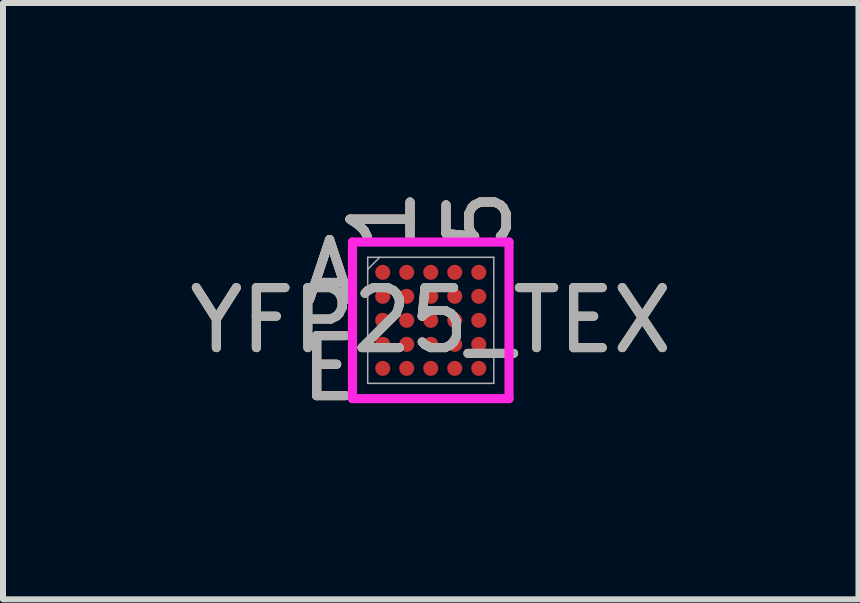
<source format=kicad_pcb>
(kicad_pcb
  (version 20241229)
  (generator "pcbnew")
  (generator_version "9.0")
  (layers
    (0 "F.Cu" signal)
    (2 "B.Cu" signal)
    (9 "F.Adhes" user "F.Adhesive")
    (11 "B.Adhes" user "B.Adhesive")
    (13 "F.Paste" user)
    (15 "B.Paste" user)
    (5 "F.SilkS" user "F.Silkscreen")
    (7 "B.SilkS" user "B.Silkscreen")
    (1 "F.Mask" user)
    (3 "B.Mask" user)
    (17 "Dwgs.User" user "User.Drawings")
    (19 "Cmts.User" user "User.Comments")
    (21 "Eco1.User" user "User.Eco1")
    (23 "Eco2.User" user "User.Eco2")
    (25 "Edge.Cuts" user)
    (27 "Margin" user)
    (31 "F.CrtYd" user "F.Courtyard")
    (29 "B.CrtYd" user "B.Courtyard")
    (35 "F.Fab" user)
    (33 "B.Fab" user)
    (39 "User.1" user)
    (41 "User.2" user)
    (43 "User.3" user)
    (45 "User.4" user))
  (footprint "YFP25_TEX"
    (layer "F.Cu")
    (at 4.125 2.286)
    (property "Reference" "YFP25_TEX" (at 0 0 0) (unlocked yes) (layer "F.SilkS") (effects (font (size 1 1) (thickness 0.15))))
    (attr smd)
    (fp_poly (pts (xy -1.444 -1.444) (xy 1.444 -1.444) (xy 1.444 1.444) (xy -1.444 1.444)) (stroke (width 0.1) (type solid)) (fill no) (layer "Eco2.User"))
    (fp_line (start -1.304 -1.304) (end 1.304 -1.304) (stroke (width 0.152) (type solid)) (layer "F.CrtYd"))
    (fp_line (start -1.304 1.304) (end -1.304 -1.304) (stroke (width 0.152) (type solid)) (layer "F.CrtYd"))
    (fp_line (start 1.304 -1.304) (end 1.304 1.304) (stroke (width 0.152) (type solid)) (layer "F.CrtYd"))
    (fp_line (start 1.304 1.304) (end -1.304 1.304) (stroke (width 0.152) (type solid)) (layer "F.CrtYd"))
    (fp_line (start -1.05 -1.05) (end -1.05 1.05) (stroke (width 0.025) (type solid)) (layer "F.Fab"))
    (fp_line (start -1.05 1.05) (end 1.05 1.05) (stroke (width 0.025) (type solid)) (layer "F.Fab"))
    (fp_line (start -0.85 -1.05) (end -1.05 -0.85) (stroke (width 0.025) (type solid)) (layer "F.Fab"))
    (fp_line (start 1.05 -1.05) (end -1.05 -1.05) (stroke (width 0.025) (type solid)) (layer "F.Fab"))
    (fp_line (start 1.05 1.05) (end 1.05 -1.05) (stroke (width 0.025) (type solid)) (layer "F.Fab"))
    (fp_text user "E" (at -1.685 0.8 0) (unlocked yes) (layer "F.SilkS") (effects (font (size 1 1) (thickness 0.15))))
    (fp_text user "5" (at 0.8 -1.685 90) (unlocked yes) (layer "F.SilkS") (effects (font (size 1 1) (thickness 0.15))))
    (fp_text user "1" (at -0.8 -1.685 90) (unlocked yes) (layer "F.SilkS") (effects (font (size 1 1) (thickness 0.15))))
    (fp_text user "A" (at -1.685 -0.8 0) (unlocked yes) (layer "F.SilkS") (effects (font (size 1 1) (thickness 0.15))))
    (fp_text user "5" (at 0.8 -1.685 90) (unlocked yes) (layer "B.SilkS") (effects (font (size 1 1) (thickness 0.15))))
    (fp_text user "1" (at -0.8 -1.685 90) (unlocked yes) (layer "B.SilkS") (effects (font (size 1 1) (thickness 0.15))))
    (fp_text user "A" (at -1.685 -0.8 0) (unlocked yes) (layer "B.SilkS") (effects (font (size 1 1) (thickness 0.15))))
    (fp_text user "E" (at -1.685 0.8 0) (unlocked yes) (layer "B.SilkS") (effects (font (size 1 1) (thickness 0.15))))
    (fp_text user "A" (at -1.685 -0.8 0) (unlocked yes) (layer "F.Fab") (effects (font (size 1 1) (thickness 0.15))))
    (fp_text user "E" (at -1.685 0.8 0) (unlocked yes) (layer "F.Fab") (effects (font (size 1 1) (thickness 0.15))))
    (fp_text user "5" (at 0.8 -1.685 90) (unlocked yes) (layer "F.Fab") (effects (font (size 1 1) (thickness 0.15))))
    (fp_text user "1" (at -0.8 -1.685 90) (unlocked yes) (layer "F.Fab") (effects (font (size 1 1) (thickness 0.15))))
    (fp_text user "${REFERENCE}" (at 0 0 0) (unlocked yes) (layer "F.Fab") (effects (font (size 1 1) (thickness 0.15))))
    (pad "A1" smd circle (at -0.8 -0.8) (size 0.25 0.25) (layers "F.Cu" "F.Mask" "F.Paste"))
    (pad "A2" smd circle (at -0.4 -0.8) (size 0.25 0.25) (layers "F.Cu" "F.Mask" "F.Paste"))
    (pad "A3" smd circle (at 0 -0.8) (size 0.25 0.25) (layers "F.Cu" "F.Mask" "F.Paste"))
    (pad "A4" smd circle (at 0.4 -0.8) (size 0.25 0.25) (layers "F.Cu" "F.Mask" "F.Paste"))
    (pad "A5" smd circle (at 0.8 -0.8) (size 0.25 0.25) (layers "F.Cu" "F.Mask" "F.Paste"))
    (pad "B1" smd circle (at -0.8 -0.4) (size 0.25 0.25) (layers "F.Cu" "F.Mask" "F.Paste"))
    (pad "B2" smd circle (at -0.4 -0.4) (size 0.25 0.25) (layers "F.Cu" "F.Mask" "F.Paste"))
    (pad "B3" smd circle (at 0 -0.4) (size 0.25 0.25) (layers "F.Cu" "F.Mask" "F.Paste"))
    (pad "B4" smd circle (at 0.4 -0.4) (size 0.25 0.25) (layers "F.Cu" "F.Mask" "F.Paste"))
    (pad "B5" smd circle (at 0.8 -0.4) (size 0.25 0.25) (layers "F.Cu" "F.Mask" "F.Paste"))
    (pad "C1" smd circle (at -0.8 0) (size 0.25 0.25) (layers "F.Cu" "F.Mask" "F.Paste"))
    (pad "C2" smd circle (at -0.4 0) (size 0.25 0.25) (layers "F.Cu" "F.Mask" "F.Paste"))
    (pad "C3" smd circle (at 0 0) (size 0.25 0.25) (layers "F.Cu" "F.Mask" "F.Paste"))
    (pad "C4" smd circle (at 0.4 0) (size 0.25 0.25) (layers "F.Cu" "F.Mask" "F.Paste"))
    (pad "C5" smd circle (at 0.8 0) (size 0.25 0.25) (layers "F.Cu" "F.Mask" "F.Paste"))
    (pad "D1" smd circle (at -0.8 0.4) (size 0.25 0.25) (layers "F.Cu" "F.Mask" "F.Paste"))
    (pad "D2" smd circle (at -0.4 0.4) (size 0.25 0.25) (layers "F.Cu" "F.Mask" "F.Paste"))
    (pad "D3" smd circle (at 0 0.4) (size 0.25 0.25) (layers "F.Cu" "F.Mask" "F.Paste"))
    (pad "D4" smd circle (at 0.4 0.4) (size 0.25 0.25) (layers "F.Cu" "F.Mask" "F.Paste"))
    (pad "D5" smd circle (at 0.8 0.4) (size 0.25 0.25) (layers "F.Cu" "F.Mask" "F.Paste"))
    (pad "E1" smd circle (at -0.8 0.8) (size 0.25 0.25) (layers "F.Cu" "F.Mask" "F.Paste"))
    (pad "E2" smd circle (at -0.4 0.8) (size 0.25 0.25) (layers "F.Cu" "F.Mask" "F.Paste"))
    (pad "E3" smd circle (at 0 0.8) (size 0.25 0.25) (layers "F.Cu" "F.Mask" "F.Paste"))
    (pad "E4" smd circle (at 0.4 0.8) (size 0.25 0.25) (layers "F.Cu" "F.Mask" "F.Paste"))
    (pad "E5" smd circle (at 0.8 0.8) (size 0.25 0.25) (layers "F.Cu" "F.Mask" "F.Paste")))
  (gr_rect
    (start -3 -3)
    (end 11.25 6.934)
    (stroke (width 0.1) (type default))
    (fill no)
    (layer "Edge.Cuts")))
</source>
